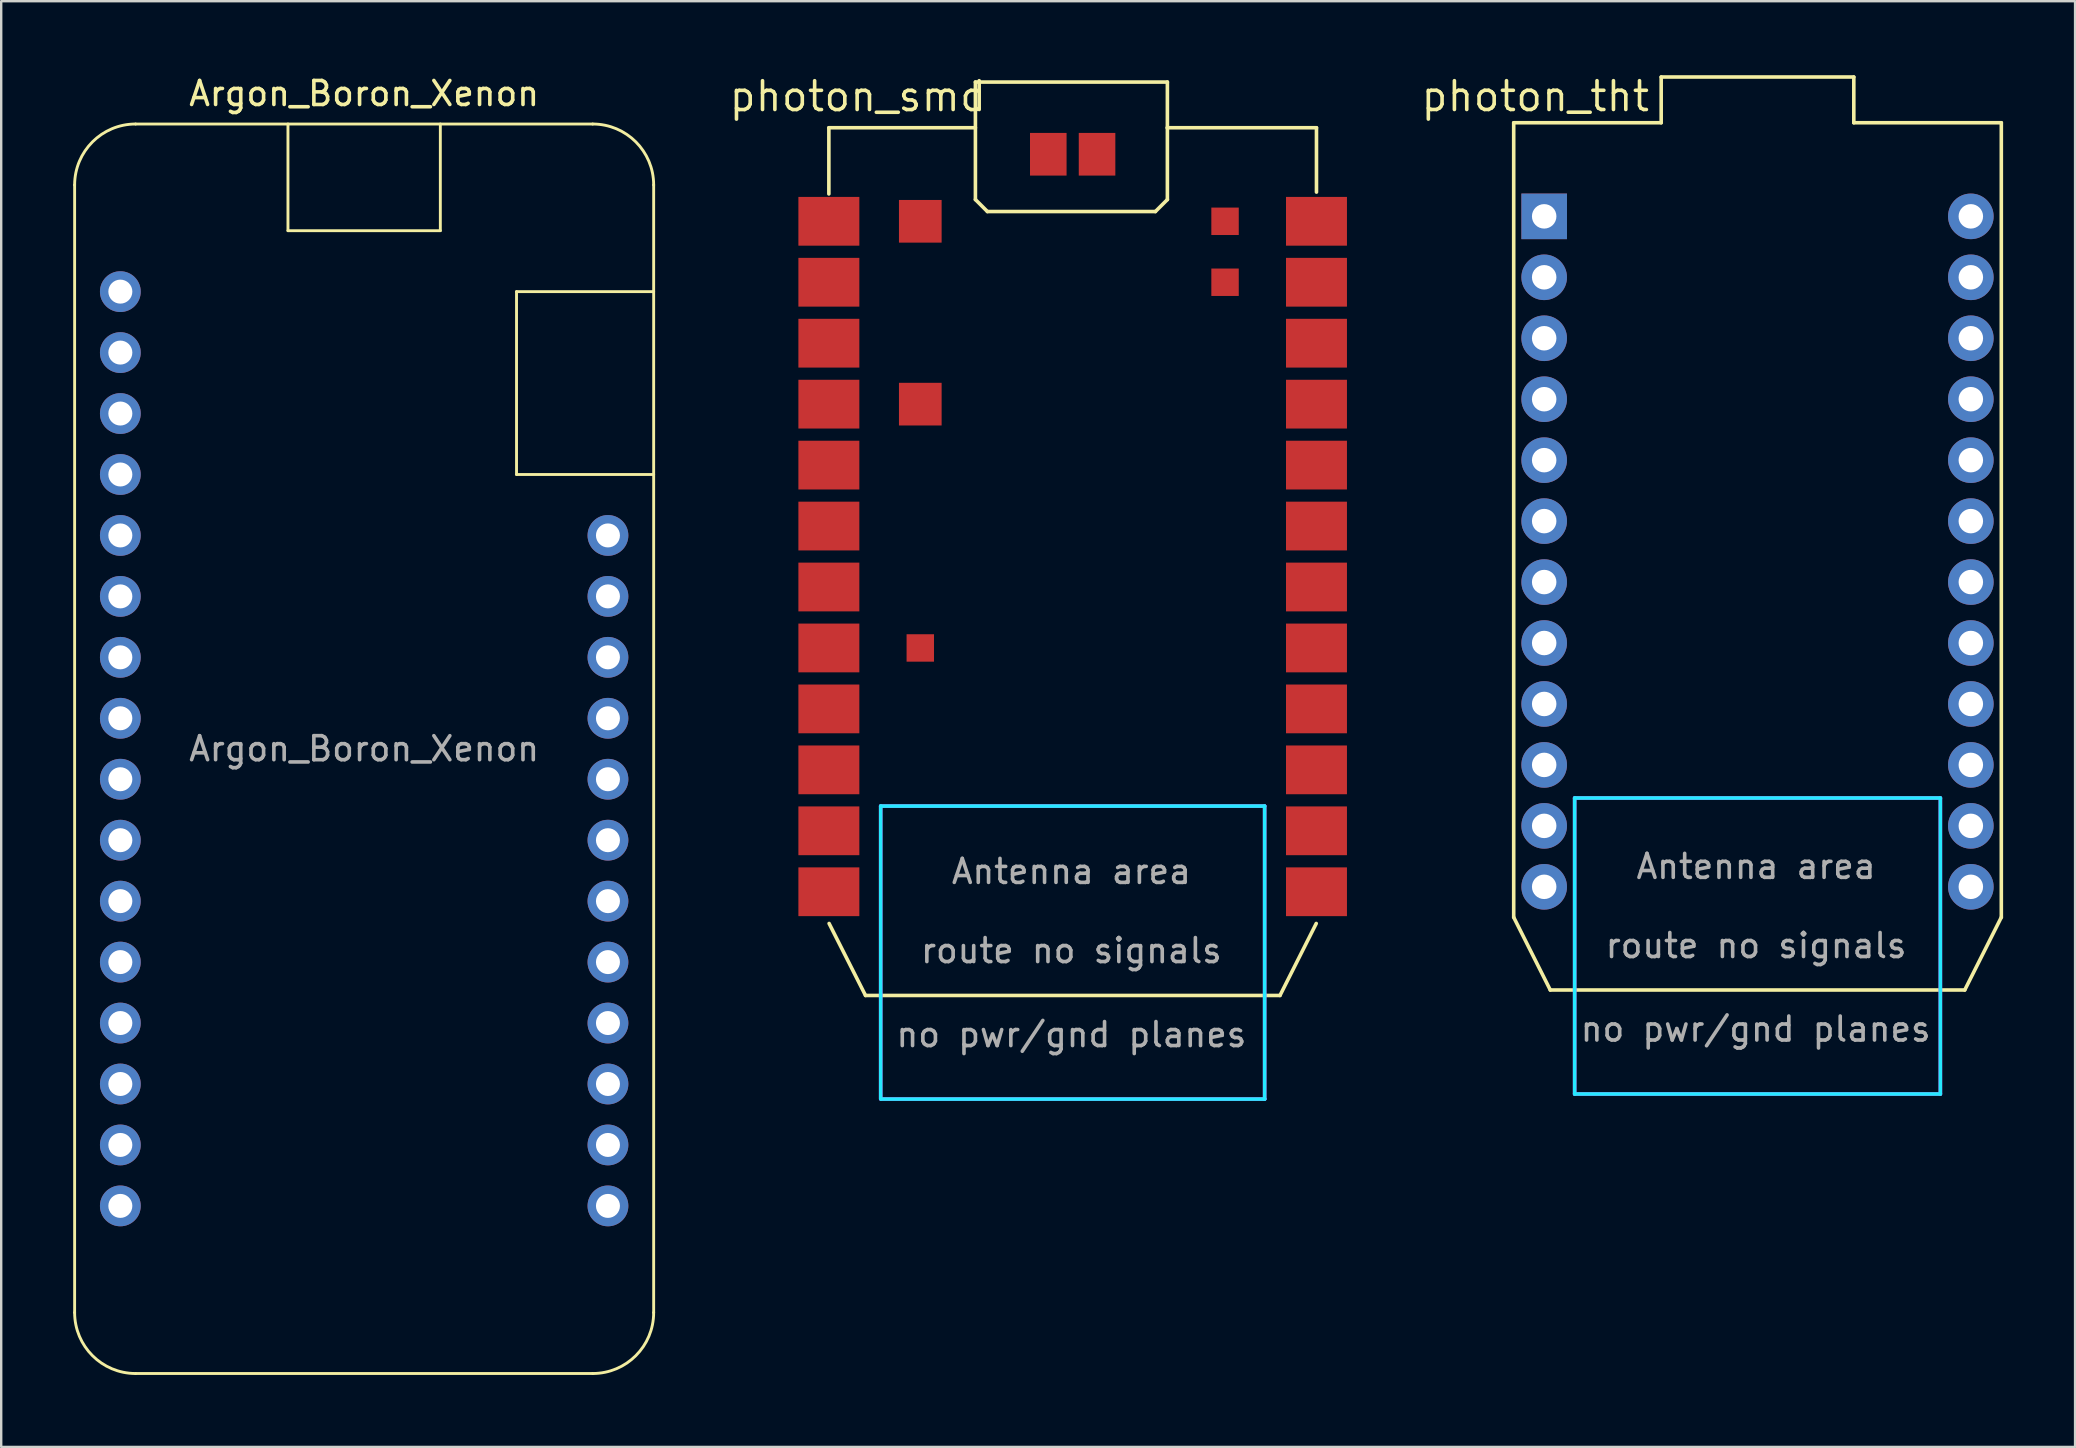
<source format=kicad_pcb>
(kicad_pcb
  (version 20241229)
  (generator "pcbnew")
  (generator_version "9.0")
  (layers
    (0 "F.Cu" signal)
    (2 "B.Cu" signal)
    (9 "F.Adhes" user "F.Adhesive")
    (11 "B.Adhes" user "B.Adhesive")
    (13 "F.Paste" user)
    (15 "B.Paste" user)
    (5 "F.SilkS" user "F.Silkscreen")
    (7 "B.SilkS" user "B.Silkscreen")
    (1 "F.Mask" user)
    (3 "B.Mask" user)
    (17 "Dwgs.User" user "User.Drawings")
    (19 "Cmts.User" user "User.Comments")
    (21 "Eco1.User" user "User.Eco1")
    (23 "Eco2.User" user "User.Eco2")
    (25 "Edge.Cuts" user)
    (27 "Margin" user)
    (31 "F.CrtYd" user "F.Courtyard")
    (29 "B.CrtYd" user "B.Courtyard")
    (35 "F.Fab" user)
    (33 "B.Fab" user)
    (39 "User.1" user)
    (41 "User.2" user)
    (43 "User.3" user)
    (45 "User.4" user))
  (footprint "photon_smd"
    (layer "F.Cu")
    (at 31.494 2.274)
    (property "Reference" "photon_smd" (at 1.204 -1.308 0) (layer "F.SilkS") (effects (font (size 1.2 1.2) (thickness 0.15))))
    (attr through_hole)
    (fp_line (start -0.003 0) (end -0.003 2.757) (stroke (width 0.15) (type solid)) (layer "F.SilkS"))
    (fp_line (start 0.007 33.16) (end 1.524 36.16) (stroke (width 0.15) (type solid)) (layer "F.SilkS"))
    (fp_line (start 1.524 36.16) (end 18.796 36.16) (stroke (width 0.15) (type solid)) (layer "F.SilkS"))
    (fp_line (start 6.104 0) (end -0.003 0) (stroke (width 0.15) (type solid)) (layer "F.SilkS"))
    (fp_line (start 6.104 2.992) (end 6.104 -1.905) (stroke (width 0.15) (type solid)) (layer "F.SilkS"))
    (fp_line (start 6.604 3.492) (end 6.104 2.992) (stroke (width 0.15) (type solid)) (layer "F.SilkS"))
    (fp_line (start 13.604 3.492) (end 6.604 3.492) (stroke (width 0.15) (type solid)) (layer "F.SilkS"))
    (fp_line (start 14.104 -1.905) (end 6.104 -1.905) (stroke (width 0.15) (type solid)) (layer "F.SilkS"))
    (fp_line (start 14.104 2.992) (end 13.604 3.492) (stroke (width 0.15) (type solid)) (layer "F.SilkS"))
    (fp_line (start 14.104 2.992) (end 14.104 -1.905) (stroke (width 0.15) (type solid)) (layer "F.SilkS"))
    (fp_line (start 20.307 33.16) (end 18.796 36.16) (stroke (width 0.15) (type solid)) (layer "F.SilkS"))
    (fp_line (start 20.317 0) (end 14.094 0) (stroke (width 0.15) (type solid)) (layer "F.SilkS"))
    (fp_line (start 20.317 0) (end 20.317 2.681) (stroke (width 0.15) (type solid)) (layer "F.SilkS"))
    (fp_line (start 2.157 28.268) (end 2.157 40.476) (stroke (width 0.15) (type solid)) (layer "B.CrtYd"))
    (fp_line (start 2.179 40.476) (end 18.161 40.476) (stroke (width 0.15) (type solid)) (layer "B.CrtYd"))
    (fp_line (start 18.157 28.268) (end 2.157 28.268) (stroke (width 0.15) (type solid)) (layer "B.CrtYd"))
    (fp_line (start 18.157 40.476) (end 18.157 28.268) (stroke (width 0.15) (type solid)) (layer "B.CrtYd"))
    (fp_line (start 2.157 28.268) (end 2.157 40.476) (stroke (width 0.15) (type solid)) (layer "F.CrtYd"))
    (fp_line (start 2.179 40.476) (end 18.161 40.476) (stroke (width 0.15) (type solid)) (layer "F.CrtYd"))
    (fp_line (start 18.157 28.268) (end 2.157 28.268) (stroke (width 0.15) (type solid)) (layer "F.CrtYd"))
    (fp_line (start 18.157 40.476) (end 18.157 28.268) (stroke (width 0.15) (type solid)) (layer "F.CrtYd"))
    (fp_text user "route no signals" (at 10.104 34.292 0) (layer "F.Fab") (effects (font (size 1 1) (thickness 0.15))))
    (fp_text user "no pwr/gnd planes" (at 10.104 37.792 0) (layer "F.Fab") (effects (font (size 1 1) (thickness 0.15))))
    (fp_text user "Antenna area" (at 10.104 30.992 0) (layer "F.Fab") (effects (font (size 1 1) (thickness 0.15))))
    (pad "1" smd rect (at -0.003 3.898 270) (size 2.032 2.54) (layers "F.Cu" "F.Mask" "F.Paste"))
    (pad "2" smd rect (at -0.003 6.438 270) (size 2.032 2.54) (layers "F.Cu" "F.Mask" "F.Paste"))
    (pad "3" smd rect (at -0.003 8.978 270) (size 2.032 2.54) (layers "F.Cu" "F.Mask" "F.Paste"))
    (pad "4" smd rect (at -0.003 11.518 270) (size 2.032 2.54) (layers "F.Cu" "F.Mask" "F.Paste"))
    (pad "5" smd rect (at -0.003 14.058 270) (size 2.032 2.54) (layers "F.Cu" "F.Mask" "F.Paste"))
    (pad "6" smd rect (at -0.003 16.598 270) (size 2.032 2.54) (layers "F.Cu" "F.Mask" "F.Paste"))
    (pad "7" smd rect (at -0.003 19.138 270) (size 2.032 2.54) (layers "F.Cu" "F.Mask" "F.Paste"))
    (pad "8" smd rect (at -0.003 21.678 270) (size 2.032 2.54) (layers "F.Cu" "F.Mask" "F.Paste"))
    (pad "9" smd rect (at -0.003 24.218 270) (size 2.032 2.54) (layers "F.Cu" "F.Mask" "F.Paste"))
    (pad "10" smd rect (at -0.003 26.758 270) (size 2.032 2.54) (layers "F.Cu" "F.Mask" "F.Paste"))
    (pad "11" smd rect (at -0.003 29.298 270) (size 2.032 2.54) (layers "F.Cu" "F.Mask" "F.Paste"))
    (pad "12" smd rect (at -0.003 31.838 270) (size 2.032 2.54) (layers "F.Cu" "F.Mask" "F.Paste"))
    (pad "13" smd rect (at 20.317 31.838 270) (size 2.032 2.54) (layers "F.Cu" "F.Mask" "F.Paste"))
    (pad "14" smd rect (at 20.317 29.298 270) (size 2.032 2.54) (layers "F.Cu" "F.Mask" "F.Paste"))
    (pad "15" smd rect (at 20.317 26.758 270) (size 2.032 2.54) (layers "F.Cu" "F.Mask" "F.Paste"))
    (pad "16" smd rect (at 20.317 24.218 270) (size 2.032 2.54) (layers "F.Cu" "F.Mask" "F.Paste"))
    (pad "17" smd rect (at 20.317 21.678 270) (size 2.032 2.54) (layers "F.Cu" "F.Mask" "F.Paste"))
    (pad "18" smd rect (at 20.317 19.138 270) (size 2.032 2.54) (layers "F.Cu" "F.Mask" "F.Paste"))
    (pad "19" smd rect (at 20.317 16.598 270) (size 2.032 2.54) (layers "F.Cu" "F.Mask" "F.Paste"))
    (pad "20" smd rect (at 20.317 14.058 270) (size 2.032 2.54) (layers "F.Cu" "F.Mask" "F.Paste"))
    (pad "21" smd rect (at 20.317 11.518 270) (size 2.032 2.54) (layers "F.Cu" "F.Mask" "F.Paste"))
    (pad "22" smd rect (at 20.317 8.978 270) (size 2.032 2.54) (layers "F.Cu" "F.Mask" "F.Paste"))
    (pad "23" smd rect (at 20.317 6.438 270) (size 2.032 2.54) (layers "F.Cu" "F.Mask" "F.Paste"))
    (pad "24" smd rect (at 20.317 3.898 270) (size 2.032 2.54) (layers "F.Cu" "F.Mask" "F.Paste"))
    (pad "25" smd rect (at 3.807 3.898 270) (size 1.778 1.778) (layers "F.Cu" "F.Mask" "F.Paste"))
    (pad "26" smd rect (at 3.807 11.518 270) (size 1.778 1.778) (layers "F.Cu" "F.Mask" "F.Paste"))
    (pad "27" smd rect (at 3.807 21.678 270) (size 1.143 1.143) (layers "F.Cu" "F.Mask" "F.Paste"))
    (pad "28" smd rect (at 16.507 6.438 270) (size 1.143 1.143) (layers "F.Cu" "F.Mask" "F.Paste"))
    (pad "29" smd rect (at 16.507 3.898 270) (size 1.143 1.143) (layers "F.Cu" "F.Mask" "F.Paste"))
    (pad "30" smd rect (at 11.173 1.104 270) (size 1.778 1.524) (layers "F.Cu" "F.Mask" "F.Paste"))
    (pad "31" smd rect (at 9.141 1.104 270) (size 1.778 1.524) (layers "F.Cu" "F.Mask" "F.Paste")))
  (footprint "photon_tht"
    (layer "F.Cu")
    (at 70.187 19.924)
    (property "Reference" "photon_tht" (at -9.257 -18.959 0) (layer "F.SilkS") (effects (font (size 1.2 1.2) (thickness 0.15))))
    (attr through_hole)
    (fp_line (start -10.157 -17.858) (end -10.157 15.252) (stroke (width 0.15) (type solid)) (layer "F.SilkS"))
    (fp_line (start -10.157 15.252) (end -8.633 18.282) (stroke (width 0.15) (type solid)) (layer "F.SilkS"))
    (fp_line (start -8.633 18.282) (end 8.639 18.282) (stroke (width 0.15) (type solid)) (layer "F.SilkS"))
    (fp_line (start -4.011 -19.764) (end -4.011 -17.859) (stroke (width 0.15) (type solid)) (layer "F.SilkS"))
    (fp_line (start -4.011 -19.764) (end 4.016 -19.764) (stroke (width 0.15) (type solid)) (layer "F.SilkS"))
    (fp_line (start -4.011 -17.858) (end -10.157 -17.858) (stroke (width 0.15) (type solid)) (layer "F.SilkS"))
    (fp_line (start 4.016 -19.764) (end 4.016 -17.859) (stroke (width 0.15) (type solid)) (layer "F.SilkS"))
    (fp_line (start 4.016 -17.859) (end 10.163 -17.859) (stroke (width 0.15) (type solid)) (layer "F.SilkS"))
    (fp_line (start 10.163 -17.859) (end 10.163 15.252) (stroke (width 0.15) (type solid)) (layer "F.SilkS"))
    (fp_line (start 10.163 15.252) (end 8.639 18.282) (stroke (width 0.15) (type solid)) (layer "F.SilkS"))
    (fp_line (start -7.617 22.617) (end -7.617 10.282) (stroke (width 0.15) (type solid)) (layer "B.CrtYd"))
    (fp_line (start 7.623 10.282) (end -7.617 10.282) (stroke (width 0.15) (type solid)) (layer "B.CrtYd"))
    (fp_line (start 7.623 22.617) (end -7.617 22.617) (stroke (width 0.15) (type solid)) (layer "B.CrtYd"))
    (fp_line (start 7.623 22.617) (end 7.623 10.282) (stroke (width 0.15) (type solid)) (layer "B.CrtYd"))
    (fp_line (start -7.617 22.617) (end -7.617 10.282) (stroke (width 0.15) (type solid)) (layer "F.CrtYd"))
    (fp_line (start 7.623 10.282) (end -7.617 10.282) (stroke (width 0.15) (type solid)) (layer "F.CrtYd"))
    (fp_line (start 7.623 22.617) (end -7.617 22.617) (stroke (width 0.15) (type solid)) (layer "F.CrtYd"))
    (fp_line (start 7.623 22.617) (end 7.623 10.282) (stroke (width 0.15) (type solid)) (layer "F.CrtYd"))
    (fp_text user "no pwr/gnd planes" (at -0.074 19.911 0) (layer "F.Fab") (effects (font (size 1 1) (thickness 0.15))))
    (fp_text user "Antenna area" (at -0.056 13.133 0) (layer "F.Fab") (effects (font (size 1 1) (thickness 0.15))))
    (fp_text user "route no signals" (at -0.056 16.431 0) (layer "F.Fab") (effects (font (size 1 1) (thickness 0.15))))
    (pad "1" thru_hole rect (at -8.887 -13.958) (size 1.9 1.9) (drill 1.02) (layers "*.Cu" "*.Mask"))
    (pad "2" thru_hole circle (at -8.887 -11.418) (size 1.9 1.9) (drill 1.02) (layers "*.Cu" "*.Mask"))
    (pad "3" thru_hole circle (at -8.887 -8.878) (size 1.9 1.9) (drill 1.02) (layers "*.Cu" "*.Mask"))
    (pad "4" thru_hole circle (at -8.887 -6.338) (size 1.9 1.9) (drill 1.02) (layers "*.Cu" "*.Mask"))
    (pad "5" thru_hole circle (at -8.887 -3.798) (size 1.9 1.9) (drill 1.02) (layers "*.Cu" "*.Mask"))
    (pad "6" thru_hole circle (at -8.887 -1.258) (size 1.9 1.9) (drill 1.02) (layers "*.Cu" "*.Mask"))
    (pad "7" thru_hole circle (at -8.887 1.282) (size 1.9 1.9) (drill 1.02) (layers "*.Cu" "*.Mask"))
    (pad "8" thru_hole circle (at -8.887 3.822) (size 1.9 1.9) (drill 1.02) (layers "*.Cu" "*.Mask"))
    (pad "9" thru_hole circle (at -8.887 6.362) (size 1.9 1.9) (drill 1.02) (layers "*.Cu" "*.Mask"))
    (pad "10" thru_hole circle (at -8.887 8.902) (size 1.9 1.9) (drill 1.02) (layers "*.Cu" "*.Mask"))
    (pad "11" thru_hole circle (at -8.887 11.442) (size 1.9 1.9) (drill 1.02) (layers "*.Cu" "*.Mask"))
    (pad "12" thru_hole circle (at -8.887 13.982) (size 1.9 1.9) (drill 1.02) (layers "*.Cu" "*.Mask"))
    (pad "13" thru_hole circle (at 8.893 13.982) (size 1.9 1.9) (drill 1.02) (layers "*.Cu" "*.Mask"))
    (pad "14" thru_hole circle (at 8.893 11.442) (size 1.9 1.9) (drill 1.02) (layers "*.Cu" "*.Mask"))
    (pad "15" thru_hole circle (at 8.893 8.902) (size 1.9 1.9) (drill 1.02) (layers "*.Cu" "*.Mask"))
    (pad "16" thru_hole circle (at 8.893 6.362) (size 1.9 1.9) (drill 1.02) (layers "*.Cu" "*.Mask"))
    (pad "17" thru_hole circle (at 8.893 3.822) (size 1.9 1.9) (drill 1.02) (layers "*.Cu" "*.Mask"))
    (pad "18" thru_hole circle (at 8.893 1.282) (size 1.9 1.9) (drill 1.02) (layers "*.Cu" "*.Mask"))
    (pad "19" thru_hole circle (at 8.893 -1.258) (size 1.9 1.9) (drill 1.02) (layers "*.Cu" "*.Mask"))
    (pad "20" thru_hole circle (at 8.893 -3.798) (size 1.9 1.9) (drill 1.02) (layers "*.Cu" "*.Mask"))
    (pad "21" thru_hole circle (at 8.893 -6.338) (size 1.9 1.9) (drill 1.02) (layers "*.Cu" "*.Mask"))
    (pad "22" thru_hole circle (at 8.893 -8.878) (size 1.9 1.9) (drill 1.02) (layers "*.Cu" "*.Mask"))
    (pad "23" thru_hole circle (at 8.893 -11.418) (size 1.9 1.9) (drill 1.02) (layers "*.Cu" "*.Mask"))
    (pad "24" thru_hole circle (at 8.893 -13.958) (size 1.9 1.9) (drill 1.02) (layers "*.Cu" "*.Mask")))
  (footprint "Argon_Boron_Xenon"
    (layer "F.Cu")
    (at 12.125 28.153)
    (property "Reference" "Argon_Boron_Xenon" (at 0 -27.305 0) (layer "F.SilkS") (effects (font (size 1 1) (thickness 0.15))))
    (attr through_hole)
    (fp_line (start -12.065 -23.495) (end -12.065 23.495) (stroke (width 0.12) (type solid)) (layer "F.SilkS"))
    (fp_line (start -9.525 26.035) (end 9.525 26.035) (stroke (width 0.12) (type solid)) (layer "F.SilkS"))
    (fp_line (start -3.175 -26.035) (end -3.175 -21.59) (stroke (width 0.12) (type solid)) (layer "F.SilkS"))
    (fp_line (start -3.175 -21.59) (end 3.175 -21.59) (stroke (width 0.12) (type solid)) (layer "F.SilkS"))
    (fp_line (start 3.175 -21.59) (end 3.175 -26.035) (stroke (width 0.12) (type solid)) (layer "F.SilkS"))
    (fp_line (start 6.35 -19.05) (end 6.35 -11.43) (stroke (width 0.12) (type solid)) (layer "F.SilkS"))
    (fp_line (start 6.35 -11.43) (end 12.065 -11.43) (stroke (width 0.12) (type solid)) (layer "F.SilkS"))
    (fp_line (start 9.525 -26.035) (end -9.525 -26.035) (stroke (width 0.12) (type solid)) (layer "F.SilkS"))
    (fp_line (start 12.065 -19.05) (end 6.35 -19.05) (stroke (width 0.12) (type solid)) (layer "F.SilkS"))
    (fp_line (start 12.065 23.495) (end 12.065 -23.495) (stroke (width 0.12) (type solid)) (layer "F.SilkS"))
    (fp_arc (start -12.065 -23.495) (mid -11.321051 -25.291051) (end -9.525 -26.035) (stroke (width 0.12) (type solid)) (layer "F.SilkS"))
    (fp_arc (start -9.525 26.035) (mid -11.321051 25.291051) (end -12.065 23.495) (stroke (width 0.12) (type solid)) (layer "F.SilkS"))
    (fp_arc (start 9.525 -26.035) (mid 11.321051 -25.291051) (end 12.065 -23.495) (stroke (width 0.12) (type solid)) (layer "F.SilkS"))
    (fp_arc (start 12.065 23.495) (mid 11.321051 25.291051) (end 9.525 26.035) (stroke (width 0.12) (type solid)) (layer "F.SilkS"))
    (fp_text user "${REFERENCE}" (at 0 0 0) (layer "F.Fab") (effects (font (size 1 1) (thickness 0.15))))
    (pad "1" thru_hole circle (at -10.16 -19.05) (size 1.7 1.7) (drill 1) (layers "*.Cu" "*.Mask"))
    (pad "2" thru_hole circle (at -10.16 -16.51) (size 1.7 1.7) (drill 1) (layers "*.Cu" "*.Mask"))
    (pad "3" thru_hole circle (at -10.16 -13.97) (size 1.7 1.7) (drill 1) (layers "*.Cu" "*.Mask"))
    (pad "4" thru_hole circle (at -10.16 -11.43) (size 1.7 1.7) (drill 1) (layers "*.Cu" "*.Mask"))
    (pad "5" thru_hole circle (at -10.16 -8.89) (size 1.7 1.7) (drill 1) (layers "*.Cu" "*.Mask"))
    (pad "6" thru_hole circle (at -10.16 -6.35) (size 1.7 1.7) (drill 1) (layers "*.Cu" "*.Mask"))
    (pad "7" thru_hole circle (at -10.16 -3.81) (size 1.7 1.7) (drill 1) (layers "*.Cu" "*.Mask"))
    (pad "8" thru_hole circle (at -10.16 -1.27) (size 1.7 1.7) (drill 1) (layers "*.Cu" "*.Mask"))
    (pad "9" thru_hole circle (at -10.16 1.27) (size 1.7 1.7) (drill 1) (layers "*.Cu" "*.Mask"))
    (pad "10" thru_hole circle (at -10.16 3.81) (size 1.7 1.7) (drill 1) (layers "*.Cu" "*.Mask"))
    (pad "11" thru_hole circle (at -10.16 6.35) (size 1.7 1.7) (drill 1) (layers "*.Cu" "*.Mask"))
    (pad "12" thru_hole circle (at -10.16 8.89) (size 1.7 1.7) (drill 1) (layers "*.Cu" "*.Mask"))
    (pad "13" thru_hole circle (at -10.16 11.43) (size 1.7 1.7) (drill 1) (layers "*.Cu" "*.Mask"))
    (pad "14" thru_hole circle (at -10.16 13.97) (size 1.7 1.7) (drill 1) (layers "*.Cu" "*.Mask"))
    (pad "15" thru_hole circle (at -10.16 16.51) (size 1.7 1.7) (drill 1) (layers "*.Cu" "*.Mask"))
    (pad "16" thru_hole circle (at -10.16 19.05) (size 1.7 1.7) (drill 1) (layers "*.Cu" "*.Mask"))
    (pad "18" thru_hole circle (at 10.16 19.05) (size 1.7 1.7) (drill 1) (layers "*.Cu" "*.Mask"))
    (pad "19" thru_hole circle (at 10.16 16.51) (size 1.7 1.7) (drill 1) (layers "*.Cu" "*.Mask"))
    (pad "20" thru_hole circle (at 10.16 13.97) (size 1.7 1.7) (drill 1) (layers "*.Cu" "*.Mask"))
    (pad "21" thru_hole circle (at 10.16 11.43) (size 1.7 1.7) (drill 1) (layers "*.Cu" "*.Mask"))
    (pad "22" thru_hole circle (at 10.16 8.89) (size 1.7 1.7) (drill 1) (layers "*.Cu" "*.Mask"))
    (pad "23" thru_hole circle (at 10.16 6.35) (size 1.7 1.7) (drill 1) (layers "*.Cu" "*.Mask"))
    (pad "24" thru_hole circle (at 10.16 3.81) (size 1.7 1.7) (drill 1) (layers "*.Cu" "*.Mask"))
    (pad "25" thru_hole circle (at 10.16 1.27) (size 1.7 1.7) (drill 1) (layers "*.Cu" "*.Mask"))
    (pad "26" thru_hole circle (at 10.16 -1.27) (size 1.7 1.7) (drill 1) (layers "*.Cu" "*.Mask"))
    (pad "27" thru_hole circle (at 10.16 -3.81) (size 1.7 1.7) (drill 1) (layers "*.Cu" "*.Mask"))
    (pad "28" thru_hole circle (at 10.16 -6.35) (size 1.7 1.7) (drill 1) (layers "*.Cu" "*.Mask"))
    (pad "29" thru_hole circle (at 10.16 -8.89) (size 1.7 1.7) (drill 1) (layers "*.Cu" "*.Mask")))
  (gr_rect
    (start -3 -3)
    (end 83.424 57.248)
    (stroke (width 0.1) (type default))
    (fill no)
    (layer "Edge.Cuts")))
</source>
